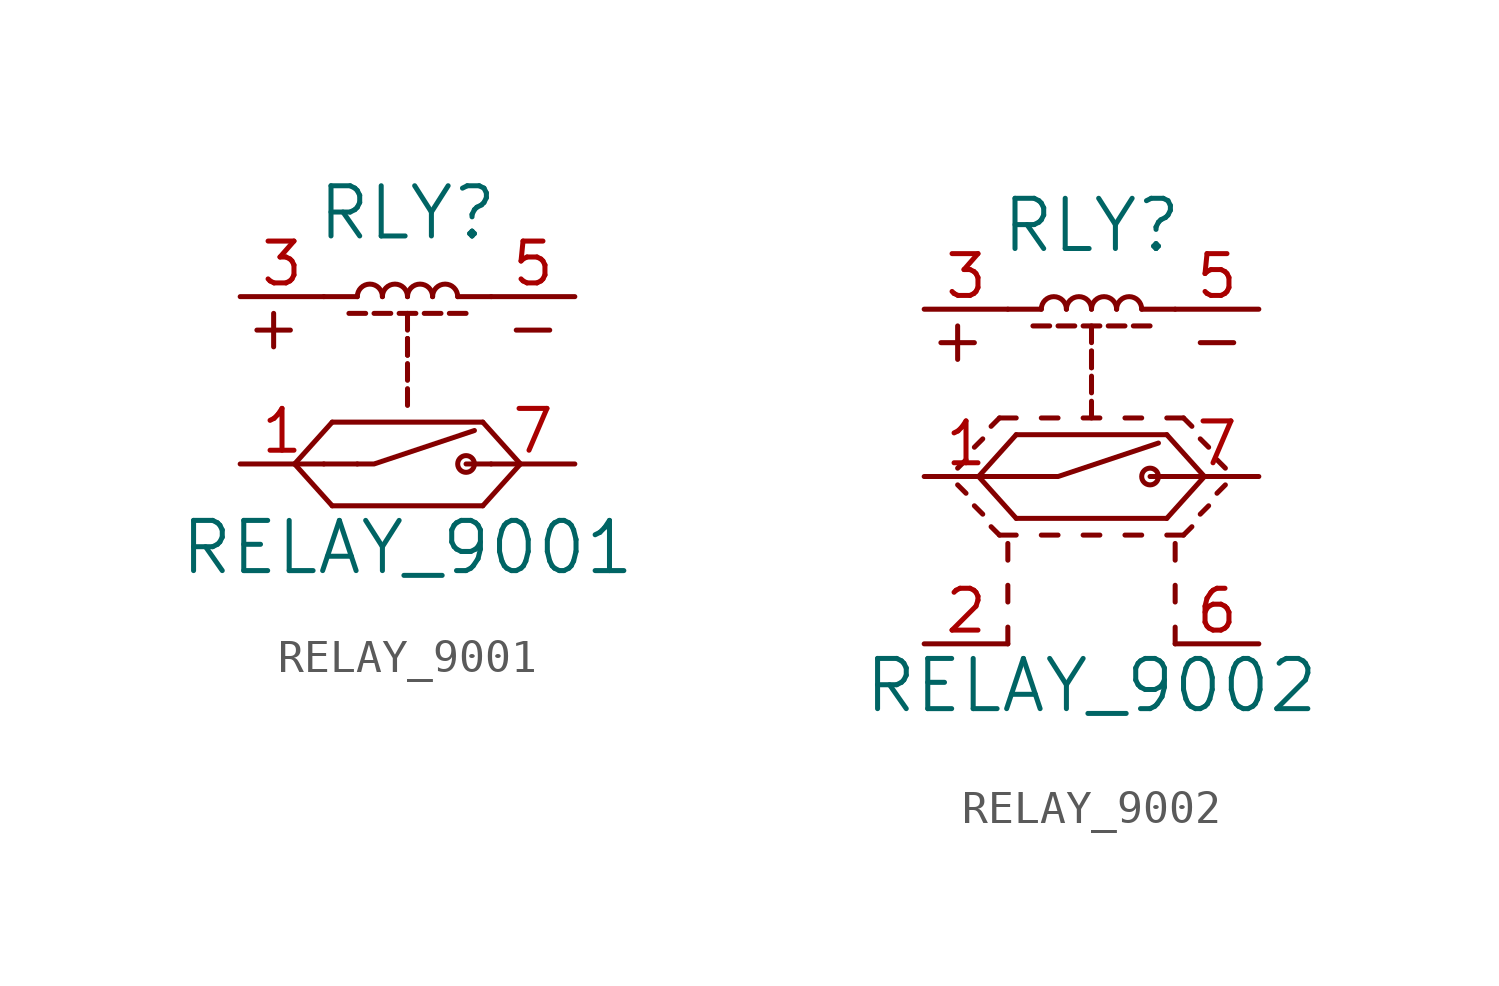
<source format=kicad_sym>
(kicad_symbol_lib
  (version 20220914)
  (generator kicad_symbol_editor)
  (symbol "RELAY_9001"
    (pin_names
      (offset 1.016))
    (property "Reference" "RLY"
      (at 0 5.08 0)
      (effects (font (size 1.524 1.524))))
    (property "Value" "RELAY_9001"
      (at 0 -5.08 0)
      (effects (font (size 1.524 1.524))))
    (property "Footprint" ""
      (at 0 -1.27 0)
      (effects (font (size 1.524 1.524))))
    (property "Datasheet" ""
      (at 0 0 0)
      (effects (font (size 1.524 1.524))))
    (symbol "RELAY_9001_0_1"
      (arc (start -0.762 2.54) (mid -1.143 2.9194) (end -1.524 2.54) (stroke (width 0) (type solid)) (fill (type none)))
      (polyline (pts (xy -4.572 1.524) (xy -3.556 1.524)) (stroke (width 0) (type solid)) (fill (type none)))
      (polyline (pts (xy -4.064 2.032) (xy -4.064 1.016)) (stroke (width 0) (type solid)) (fill (type none)))
      (polyline (pts (xy -3.429 -2.54) (xy -2.286 -1.27)) (stroke (width 0) (type solid)) (fill (type none)))
      (polyline (pts (xy -2.286 -3.81) (xy -3.429 -2.54)) (stroke (width 0) (type solid)) (fill (type none)))
      (polyline (pts (xy -2.286 -1.27) (xy 2.286 -1.27)) (stroke (width 0) (type solid)) (fill (type none)))
      (polyline (pts (xy 2.286 -3.81) (xy -2.286 -3.81)) (stroke (width 0) (type solid)) (fill (type none)))
      (polyline (pts (xy 2.286 -3.81) (xy 3.429 -2.54)) (stroke (width 0) (type solid)) (fill (type none)))
      (polyline (pts (xy 2.286 -1.27) (xy 3.429 -2.54)) (stroke (width 0) (type solid)) (fill (type none)))
      (polyline (pts (xy 3.302 1.524) (xy 4.318 1.524)) (stroke (width 0) (type solid)) (fill (type none)))
      (polyline (pts (xy -1.778 2.032) (xy -1.27 2.032) (xy -1.27 2.032)) (stroke (width 0) (type solid)) (fill (type none)))
      (polyline (pts (xy -1.524 -2.54) (xy -2.54 -2.54) (xy -2.54 -2.54)) (stroke (width 0) (type solid)) (fill (type none)))
      (polyline (pts (xy -1.524 2.54) (xy -2.54 2.54) (xy -2.54 2.54)) (stroke (width 0) (type solid)) (fill (type none)))
      (polyline (pts (xy -1.016 2.032) (xy -0.508 2.032) (xy -0.508 2.032)) (stroke (width 0) (type solid)) (fill (type none)))
      (polyline (pts (xy -0.254 2.032) (xy 0.254 2.032) (xy 0.254 2.032)) (stroke (width 0) (type solid)) (fill (type none)))
      (polyline (pts (xy 0 -0.254) (xy 0 -0.762) (xy 0 -0.762)) (stroke (width 0) (type solid)) (fill (type none)))
      (polyline (pts (xy 0 0.508) (xy 0 0) (xy 0 0)) (stroke (width 0) (type solid)) (fill (type none)))
      (polyline (pts (xy 0 1.27) (xy 0 0.762) (xy 0 0.762)) (stroke (width 0) (type solid)) (fill (type none)))
      (polyline (pts (xy 0 1.27) (xy 0 0.762) (xy 0 0.762)) (stroke (width 0) (type solid)) (fill (type none)))
      (polyline (pts (xy 0 2.032) (xy 0 1.524) (xy 0 1.524)) (stroke (width 0) (type solid)) (fill (type none)))
      (polyline (pts (xy 0.508 2.032) (xy 1.016 2.032) (xy 1.016 2.032)) (stroke (width 0) (type solid)) (fill (type none)))
      (polyline (pts (xy 1.27 2.032) (xy 1.778 2.032) (xy 1.778 2.032)) (stroke (width 0) (type solid)) (fill (type none)))
      (polyline (pts (xy 1.524 2.54) (xy 2.54 2.54) (xy 2.54 2.54)) (stroke (width 0) (type solid)) (fill (type none)))
      (polyline (pts (xy 2.54 -2.54) (xy 1.778 -2.54) (xy 1.778 -2.54)) (stroke (width 0) (type solid)) (fill (type none)))
      (polyline (pts (xy -1.524 -2.54) (xy -1.016 -2.54) (xy 2.032 -1.524) (xy 2.032 -1.524)) (stroke (width 0) (type solid)) (fill (type none)))
      (arc (start 0 2.54) (mid -0.381 2.9194) (end -0.762 2.54) (stroke (width 0) (type solid)) (fill (type none)))
      (arc (start 0.762 2.54) (mid 0.381 2.9194) (end 0 2.54) (stroke (width 0) (type solid)) (fill (type none)))
      (arc (start 1.524 2.54) (mid 1.143 2.9194) (end 0.762 2.54) (stroke (width 0) (type solid)) (fill (type none)))
      (circle (center 1.778 -2.54) (radius 0.254) (stroke (width 0) (type solid)) (fill (type none))))
    (symbol "RELAY_9001_1_1"
      (pin passive line (at -5.08 -2.54 0) (length 2.54) (name "~" (effects (font (size 1.27 1.27)))) (number "1" (effects (font (size 1.27 1.27)))))
      (pin passive line (at -5.08 2.54 0) (length 2.54) (name "~" (effects (font (size 1.27 1.27)))) (number "3" (effects (font (size 1.27 1.27)))))
      (pin passive line (at 5.08 2.54 180) (length 2.54) (name "~" (effects (font (size 1.27 1.27)))) (number "5" (effects (font (size 1.27 1.27)))))
      (pin passive line (at 5.08 -2.54 180) (length 2.54) (name "~" (effects (font (size 1.27 1.27)))) (number "7" (effects (font (size 1.27 1.27)))))))
  (symbol "RELAY_9002"
    (pin_names
      (offset 1.016))
    (property "Reference" "RLY"
      (at 0 7.62 0)
      (effects (font (size 1.524 1.524))))
    (property "Value" "RELAY_9002"
      (at 0 -6.35 0)
      (effects (font (size 1.524 1.524))))
    (property "Footprint" ""
      (at 0 1.27 0)
      (effects (font (size 1.524 1.524))))
    (property "Datasheet" ""
      (at 0 0 0)
      (effects (font (size 1.524 1.524))))
    (symbol "RELAY_9002_0_1"
      (arc (start -0.762 5.08) (mid -1.143 5.4594) (end -1.524 5.08) (stroke (width 0) (type solid)) (fill (type none)))
      (polyline (pts (xy -4.572 4.064) (xy -3.556 4.064)) (stroke (width 0) (type solid)) (fill (type none)))
      (polyline (pts (xy -4.064 0.254) (xy -3.81 0.508)) (stroke (width 0) (type solid)) (fill (type none)))
      (polyline (pts (xy -4.064 4.572) (xy -4.064 3.556)) (stroke (width 0) (type solid)) (fill (type none)))
      (polyline (pts (xy -3.81 -0.508) (xy -4.064 -0.254)) (stroke (width 0) (type solid)) (fill (type none)))
      (polyline (pts (xy -3.556 0.889) (xy -3.302 1.143)) (stroke (width 0) (type solid)) (fill (type none)))
      (polyline (pts (xy -3.429 0) (xy -2.286 1.27)) (stroke (width 0) (type solid)) (fill (type none)))
      (polyline (pts (xy -3.302 -1.143) (xy -3.556 -0.889)) (stroke (width 0) (type solid)) (fill (type none)))
      (polyline (pts (xy -3.048 1.524) (xy -2.794 1.778)) (stroke (width 0) (type solid)) (fill (type none)))
      (polyline (pts (xy -2.794 -1.778) (xy -3.048 -1.524)) (stroke (width 0) (type solid)) (fill (type none)))
      (polyline (pts (xy -2.794 -1.778) (xy -2.286 -1.778)) (stroke (width 0) (type solid)) (fill (type none)))
      (polyline (pts (xy -2.794 1.778) (xy -2.286 1.778)) (stroke (width 0) (type solid)) (fill (type none)))
      (polyline (pts (xy -2.54 -4.572) (xy -2.54 -5.08)) (stroke (width 0) (type solid)) (fill (type none)))
      (polyline (pts (xy -2.54 -3.302) (xy -2.54 -3.81)) (stroke (width 0) (type solid)) (fill (type none)))
      (polyline (pts (xy -2.54 -2.032) (xy -2.54 -2.54)) (stroke (width 0) (type solid)) (fill (type none)))
      (polyline (pts (xy -2.286 -1.27) (xy -3.429 0)) (stroke (width 0) (type solid)) (fill (type none)))
      (polyline (pts (xy -2.286 1.27) (xy 2.286 1.27)) (stroke (width 0) (type solid)) (fill (type none)))
      (polyline (pts (xy -1.524 -1.778) (xy -1.016 -1.778)) (stroke (width 0) (type solid)) (fill (type none)))
      (polyline (pts (xy -1.524 1.778) (xy -1.016 1.778)) (stroke (width 0) (type solid)) (fill (type none)))
      (polyline (pts (xy -0.254 -1.778) (xy 0.254 -1.778)) (stroke (width 0) (type solid)) (fill (type none)))
      (polyline (pts (xy -0.254 1.778) (xy 0.254 1.778)) (stroke (width 0) (type solid)) (fill (type none)))
      (polyline (pts (xy 1.016 -1.778) (xy 1.524 -1.778)) (stroke (width 0) (type solid)) (fill (type none)))
      (polyline (pts (xy 1.016 1.778) (xy 1.524 1.778)) (stroke (width 0) (type solid)) (fill (type none)))
      (polyline (pts (xy 2.286 -1.778) (xy 2.794 -1.778)) (stroke (width 0) (type solid)) (fill (type none)))
      (polyline (pts (xy 2.286 -1.27) (xy -2.286 -1.27)) (stroke (width 0) (type solid)) (fill (type none)))
      (polyline (pts (xy 2.286 -1.27) (xy 3.429 0)) (stroke (width 0) (type solid)) (fill (type none)))
      (polyline (pts (xy 2.286 1.27) (xy 3.429 0)) (stroke (width 0) (type solid)) (fill (type none)))
      (polyline (pts (xy 2.286 1.778) (xy 2.794 1.778)) (stroke (width 0) (type solid)) (fill (type none)))
      (polyline (pts (xy 2.54 -4.572) (xy 2.54 -5.08)) (stroke (width 0) (type solid)) (fill (type none)))
      (polyline (pts (xy 2.54 -3.302) (xy 2.54 -3.81)) (stroke (width 0) (type solid)) (fill (type none)))
      (polyline (pts (xy 2.54 -2.032) (xy 2.54 -2.54)) (stroke (width 0) (type solid)) (fill (type none)))
      (polyline (pts (xy 2.794 -1.778) (xy 3.048 -1.524)) (stroke (width 0) (type solid)) (fill (type none)))
      (polyline (pts (xy 3.048 1.524) (xy 2.794 1.778)) (stroke (width 0) (type solid)) (fill (type none)))
      (polyline (pts (xy 3.302 -1.143) (xy 3.556 -0.889)) (stroke (width 0) (type solid)) (fill (type none)))
      (polyline (pts (xy 3.302 4.064) (xy 4.318 4.064)) (stroke (width 0) (type solid)) (fill (type none)))
      (polyline (pts (xy 3.556 0.889) (xy 3.302 1.143)) (stroke (width 0) (type solid)) (fill (type none)))
      (polyline (pts (xy 3.81 -0.508) (xy 4.064 -0.254)) (stroke (width 0) (type solid)) (fill (type none)))
      (polyline (pts (xy 4.064 0.254) (xy 3.81 0.508)) (stroke (width 0) (type solid)) (fill (type none)))
      (polyline (pts (xy -1.778 4.572) (xy -1.27 4.572) (xy -1.27 4.572)) (stroke (width 0) (type solid)) (fill (type none)))
      (polyline (pts (xy -1.524 0) (xy -2.54 0) (xy -2.54 0)) (stroke (width 0) (type solid)) (fill (type none)))
      (polyline (pts (xy -1.524 5.08) (xy -2.54 5.08) (xy -2.54 5.08)) (stroke (width 0) (type solid)) (fill (type none)))
      (polyline (pts (xy -1.016 4.572) (xy -0.508 4.572) (xy -0.508 4.572)) (stroke (width 0) (type solid)) (fill (type none)))
      (polyline (pts (xy -0.254 4.572) (xy 0.254 4.572) (xy 0.254 4.572)) (stroke (width 0) (type solid)) (fill (type none)))
      (polyline (pts (xy 0 2.286) (xy 0 1.778) (xy 0 1.778)) (stroke (width 0) (type solid)) (fill (type none)))
      (polyline (pts (xy 0 3.048) (xy 0 2.54) (xy 0 2.54)) (stroke (width 0) (type solid)) (fill (type none)))
      (polyline (pts (xy 0 3.81) (xy 0 3.302) (xy 0 3.302)) (stroke (width 0) (type solid)) (fill (type none)))
      (polyline (pts (xy 0 3.81) (xy 0 3.302) (xy 0 3.302)) (stroke (width 0) (type solid)) (fill (type none)))
      (polyline (pts (xy 0 4.572) (xy 0 4.064) (xy 0 4.064)) (stroke (width 0) (type solid)) (fill (type none)))
      (polyline (pts (xy 0.508 4.572) (xy 1.016 4.572) (xy 1.016 4.572)) (stroke (width 0) (type solid)) (fill (type none)))
      (polyline (pts (xy 1.27 4.572) (xy 1.778 4.572) (xy 1.778 4.572)) (stroke (width 0) (type solid)) (fill (type none)))
      (polyline (pts (xy 1.524 5.08) (xy 2.54 5.08) (xy 2.54 5.08)) (stroke (width 0) (type solid)) (fill (type none)))
      (polyline (pts (xy 2.54 0) (xy 1.778 0) (xy 1.778 0)) (stroke (width 0) (type solid)) (fill (type none)))
      (polyline (pts (xy -1.524 0) (xy -1.016 0) (xy 2.032 1.016) (xy 2.032 1.016)) (stroke (width 0) (type solid)) (fill (type none)))
      (arc (start 0 5.08) (mid -0.381 5.4594) (end -0.762 5.08) (stroke (width 0) (type solid)) (fill (type none)))
      (arc (start 0.762 5.08) (mid 0.381 5.4594) (end 0 5.08) (stroke (width 0) (type solid)) (fill (type none)))
      (arc (start 1.524 5.08) (mid 1.143 5.4594) (end 0.762 5.08) (stroke (width 0) (type solid)) (fill (type none)))
      (circle (center 1.778 0) (radius 0.254) (stroke (width 0) (type solid)) (fill (type none))))
    (symbol "RELAY_9002_1_1"
      (pin passive line (at -5.08 0 0) (length 2.54) (name "~" (effects (font (size 1.27 1.27)))) (number "1" (effects (font (size 1.27 1.27)))))
      (pin passive line (at -5.08 -5.08 0) (length 2.54) (name "~" (effects (font (size 1.27 1.27)))) (number "2" (effects (font (size 1.27 1.27)))))
      (pin passive line (at -5.08 5.08 0) (length 2.54) (name "~" (effects (font (size 1.27 1.27)))) (number "3" (effects (font (size 1.27 1.27)))))
      (pin passive line (at 5.08 5.08 180) (length 2.54) (name "~" (effects (font (size 1.27 1.27)))) (number "5" (effects (font (size 1.27 1.27)))))
      (pin passive line (at 5.08 -5.08 180) (length 2.54) (name "~" (effects (font (size 1.27 1.27)))) (number "6" (effects (font (size 1.27 1.27)))))
      (pin passive line (at 5.08 0 180) (length 2.54) (name "~" (effects (font (size 1.27 1.27)))) (number "7" (effects (font (size 1.27 1.27))))))))
</source>
